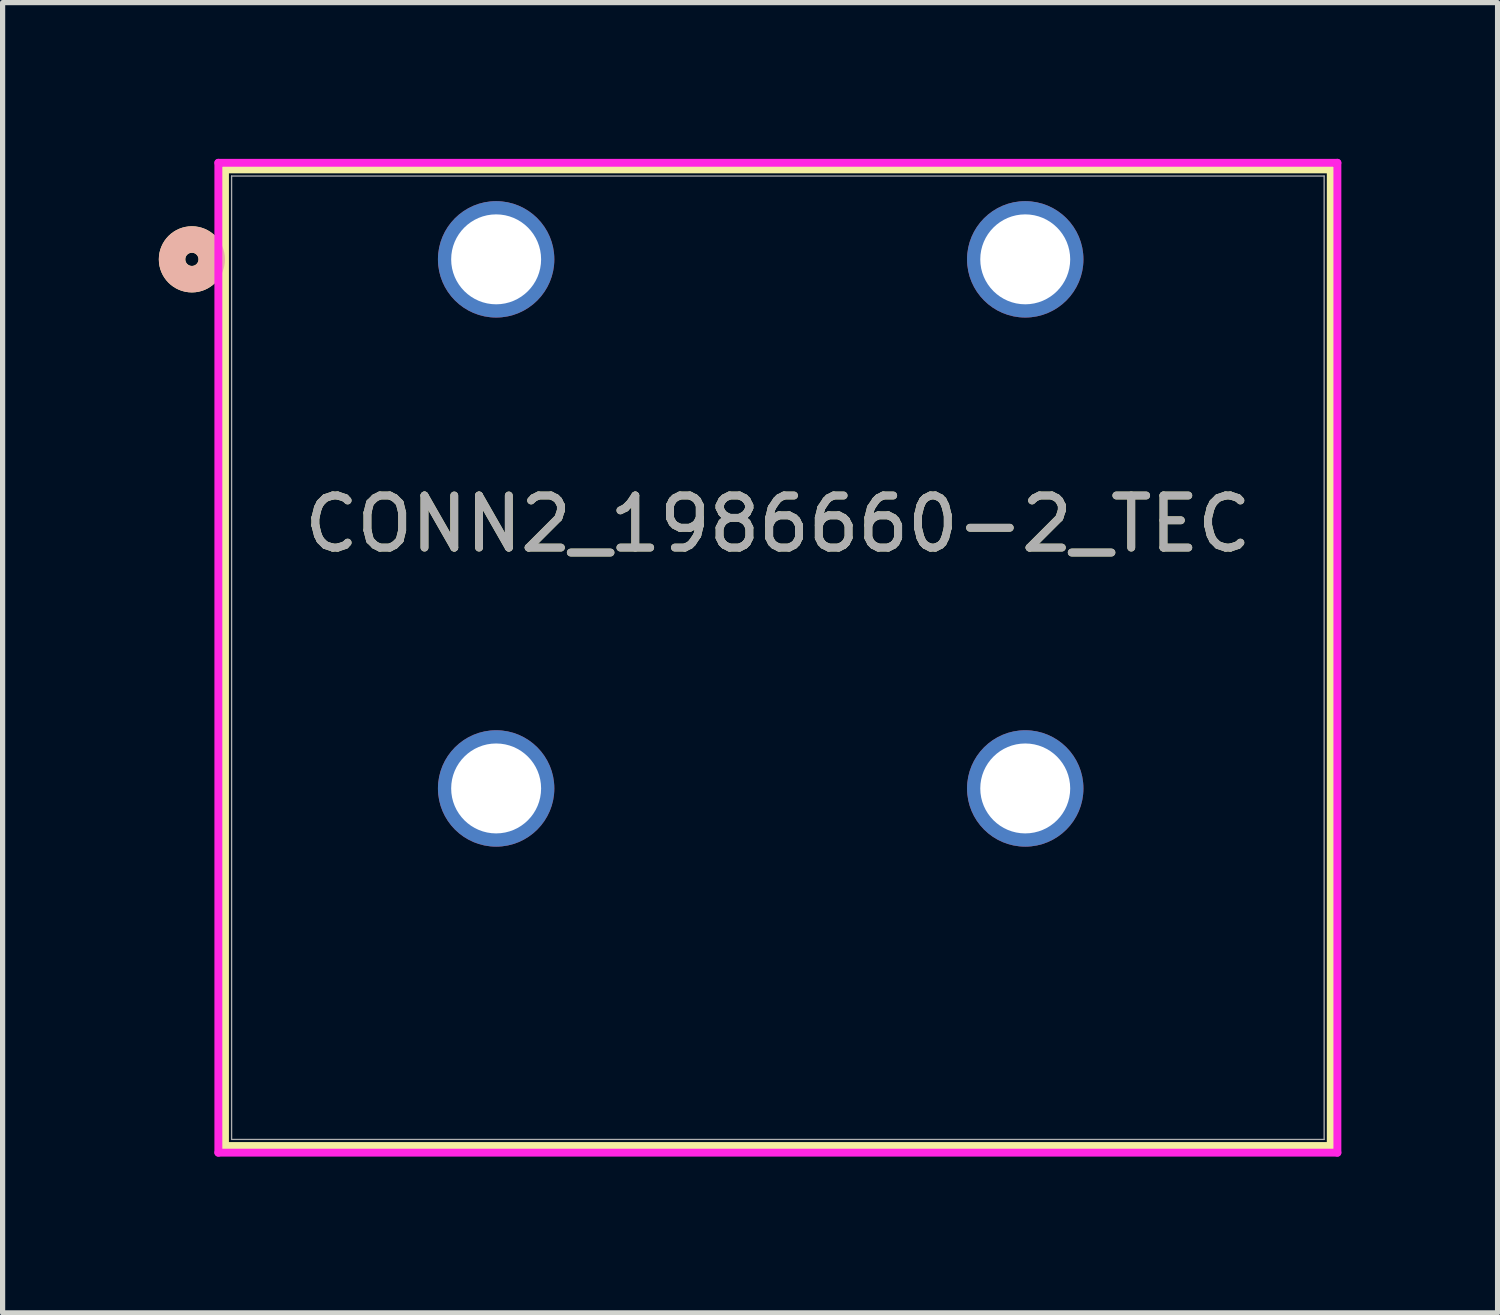
<source format=kicad_pcb>
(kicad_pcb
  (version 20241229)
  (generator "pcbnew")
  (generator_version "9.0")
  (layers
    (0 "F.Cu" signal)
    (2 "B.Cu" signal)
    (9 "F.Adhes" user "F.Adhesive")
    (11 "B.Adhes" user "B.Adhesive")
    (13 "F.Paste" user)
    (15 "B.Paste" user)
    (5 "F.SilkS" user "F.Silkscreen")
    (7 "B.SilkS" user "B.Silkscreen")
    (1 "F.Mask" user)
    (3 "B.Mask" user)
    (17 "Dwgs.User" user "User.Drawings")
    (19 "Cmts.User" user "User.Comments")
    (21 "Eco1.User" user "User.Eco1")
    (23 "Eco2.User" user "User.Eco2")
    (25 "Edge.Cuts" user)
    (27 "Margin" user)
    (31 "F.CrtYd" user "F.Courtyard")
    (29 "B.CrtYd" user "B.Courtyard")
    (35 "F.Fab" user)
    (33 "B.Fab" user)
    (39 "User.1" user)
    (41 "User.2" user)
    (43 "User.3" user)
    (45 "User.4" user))
  (footprint "CONN2_1986660-2_TEC"
    (layer "F.Cu")
    (at 6.477 1.93)
    (property "Reference" "CONN2_1986660-2_TEC" (at 5.41 5.08 0) (unlocked yes) (layer "F.SilkS") (effects (font (size 1 1) (thickness 0.15))))
    (attr through_hole)
    (fp_line (start -5.207 -1.727) (end -5.207 17.027) (stroke (width 0.152) (type solid)) (layer "F.SilkS"))
    (fp_line (start -5.207 17.027) (end 16.027 17.027) (stroke (width 0.152) (type solid)) (layer "F.SilkS"))
    (fp_line (start 16.027 -1.727) (end -5.207 -1.727) (stroke (width 0.152) (type solid)) (layer "F.SilkS"))
    (fp_line (start 16.027 17.027) (end 16.027 -1.727) (stroke (width 0.152) (type solid)) (layer "F.SilkS"))
    (fp_circle (center -5.842 0) (end -5.461 0) (stroke (width 0.508) (type solid)) (fill no) (layer "F.SilkS"))
    (fp_circle (center -5.842 0) (end -5.461 0) (stroke (width 0.508) (type solid)) (fill no) (layer "B.SilkS"))
    (fp_line (start -5.334 -1.854) (end -5.334 17.154) (stroke (width 0.152) (type solid)) (layer "F.CrtYd"))
    (fp_line (start -5.334 17.154) (end 16.154 17.154) (stroke (width 0.152) (type solid)) (layer "F.CrtYd"))
    (fp_line (start 16.154 -1.854) (end -5.334 -1.854) (stroke (width 0.152) (type solid)) (layer "F.CrtYd"))
    (fp_line (start 16.154 17.154) (end 16.154 -1.854) (stroke (width 0.152) (type solid)) (layer "F.CrtYd"))
    (fp_line (start -5.08 -1.6) (end -5.08 16.9) (stroke (width 0.025) (type solid)) (layer "F.Fab"))
    (fp_line (start -5.08 16.9) (end 15.9 16.9) (stroke (width 0.025) (type solid)) (layer "F.Fab"))
    (fp_line (start 15.9 -1.6) (end -5.08 -1.6) (stroke (width 0.025) (type solid)) (layer "F.Fab"))
    (fp_line (start 15.9 16.9) (end 15.9 -1.6) (stroke (width 0.025) (type solid)) (layer "F.Fab"))
    (fp_text user "${REFERENCE}" (at 5.41 5.08 0) (unlocked yes) (layer "F.Fab") (effects (font (size 1 1) (thickness 0.15))))
    (pad "1A" thru_hole circle (at 0 0) (size 2.235 2.235) (drill 1.727) (layers "*.Cu" "*.Mask"))
    (pad "1B" thru_hole circle (at 0 10.16) (size 2.235 2.235) (drill 1.727) (layers "*.Cu" "*.Mask"))
    (pad "2A" thru_hole circle (at 10.16 0) (size 2.235 2.235) (drill 1.727) (layers "*.Cu" "*.Mask"))
    (pad "2B" thru_hole circle (at 10.16 10.16) (size 2.235 2.235) (drill 1.727) (layers "*.Cu" "*.Mask")))
  (gr_rect
    (start -3 -3)
    (end 25.707 22.16)
    (stroke (width 0.1) (type default))
    (fill no)
    (layer "Edge.Cuts")))
</source>
